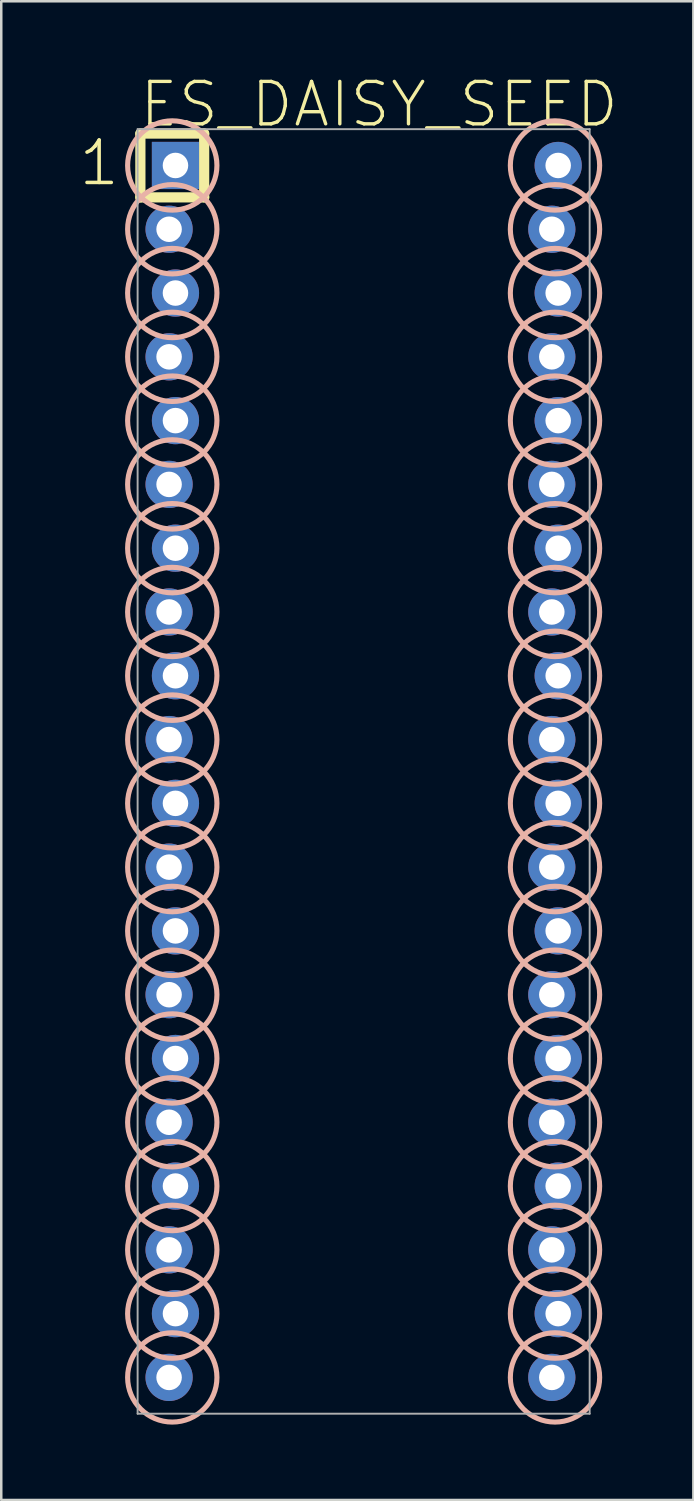
<source format=kicad_pcb>
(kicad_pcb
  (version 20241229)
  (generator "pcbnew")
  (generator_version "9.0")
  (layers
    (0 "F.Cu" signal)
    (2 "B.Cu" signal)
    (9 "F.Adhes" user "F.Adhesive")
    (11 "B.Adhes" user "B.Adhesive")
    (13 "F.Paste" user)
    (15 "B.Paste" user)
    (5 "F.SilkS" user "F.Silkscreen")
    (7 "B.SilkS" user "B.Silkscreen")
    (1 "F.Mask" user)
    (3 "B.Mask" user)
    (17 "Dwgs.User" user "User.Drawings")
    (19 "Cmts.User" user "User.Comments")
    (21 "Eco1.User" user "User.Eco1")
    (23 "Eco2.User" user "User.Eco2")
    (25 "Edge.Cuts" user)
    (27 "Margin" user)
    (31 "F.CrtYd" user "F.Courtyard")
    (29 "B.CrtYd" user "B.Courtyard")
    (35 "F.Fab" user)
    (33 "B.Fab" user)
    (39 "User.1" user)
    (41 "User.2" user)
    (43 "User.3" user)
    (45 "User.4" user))
  (footprint "ES_DAISY_SEED"
    (layer "F.Cu")
    (at 11.43 27.669)
    (property "Reference" "ES_DAISY_SEED" (at -9 -25.575 0) (layer "F.SilkS") (effects (font (size 1.689 1.689) (thickness 0.135)) (justify left bottom)))
    (attr through_hole)
    (fp_line (start -8.89 -25.4) (end -6.35 -25.4) (stroke (width 0.406) (type solid)) (layer "F.SilkS"))
    (fp_line (start -8.89 -22.86) (end -8.89 -25.4) (stroke (width 0.406) (type solid)) (layer "F.SilkS"))
    (fp_line (start -6.35 -25.4) (end -6.35 -22.86) (stroke (width 0.406) (type solid)) (layer "F.SilkS"))
    (fp_line (start -6.35 -22.86) (end -8.89 -22.86) (stroke (width 0.406) (type solid)) (layer "F.SilkS"))
    (fp_circle (center -7.62 -24.13) (end -5.842 -24.13) (stroke (width 0.203) (type solid)) (fill no) (layer "B.SilkS"))
    (fp_circle (center -7.62 -21.59) (end -5.842 -21.59) (stroke (width 0.203) (type solid)) (fill no) (layer "B.SilkS"))
    (fp_circle (center -7.62 -19.05) (end -5.842 -19.05) (stroke (width 0.203) (type solid)) (fill no) (layer "B.SilkS"))
    (fp_circle (center -7.62 -16.51) (end -5.842 -16.51) (stroke (width 0.203) (type solid)) (fill no) (layer "B.SilkS"))
    (fp_circle (center -7.62 -13.97) (end -5.842 -13.97) (stroke (width 0.203) (type solid)) (fill no) (layer "B.SilkS"))
    (fp_circle (center -7.62 -11.43) (end -5.842 -11.43) (stroke (width 0.203) (type solid)) (fill no) (layer "B.SilkS"))
    (fp_circle (center -7.62 -8.89) (end -5.842 -8.89) (stroke (width 0.203) (type solid)) (fill no) (layer "B.SilkS"))
    (fp_circle (center -7.62 -6.35) (end -5.842 -6.35) (stroke (width 0.203) (type solid)) (fill no) (layer "B.SilkS"))
    (fp_circle (center -7.62 -3.81) (end -5.842 -3.81) (stroke (width 0.203) (type solid)) (fill no) (layer "B.SilkS"))
    (fp_circle (center -7.62 -1.27) (end -5.842 -1.27) (stroke (width 0.203) (type solid)) (fill no) (layer "B.SilkS"))
    (fp_circle (center -7.62 1.27) (end -5.842 1.27) (stroke (width 0.203) (type solid)) (fill no) (layer "B.SilkS"))
    (fp_circle (center -7.62 3.81) (end -5.842 3.81) (stroke (width 0.203) (type solid)) (fill no) (layer "B.SilkS"))
    (fp_circle (center -7.62 6.35) (end -5.842 6.35) (stroke (width 0.203) (type solid)) (fill no) (layer "B.SilkS"))
    (fp_circle (center -7.62 8.89) (end -5.842 8.89) (stroke (width 0.203) (type solid)) (fill no) (layer "B.SilkS"))
    (fp_circle (center -7.62 11.43) (end -5.842 11.43) (stroke (width 0.203) (type solid)) (fill no) (layer "B.SilkS"))
    (fp_circle (center -7.62 13.97) (end -5.842 13.97) (stroke (width 0.203) (type solid)) (fill no) (layer "B.SilkS"))
    (fp_circle (center -7.62 16.51) (end -5.842 16.51) (stroke (width 0.203) (type solid)) (fill no) (layer "B.SilkS"))
    (fp_circle (center -7.62 19.05) (end -5.842 19.05) (stroke (width 0.203) (type solid)) (fill no) (layer "B.SilkS"))
    (fp_circle (center -7.62 21.59) (end -5.842 21.59) (stroke (width 0.203) (type solid)) (fill no) (layer "B.SilkS"))
    (fp_circle (center -7.62 24.13) (end -5.842 24.13) (stroke (width 0.203) (type solid)) (fill no) (layer "B.SilkS"))
    (fp_circle (center 7.62 -24.13) (end 9.398 -24.13) (stroke (width 0.203) (type solid)) (fill no) (layer "B.SilkS"))
    (fp_circle (center 7.62 -21.59) (end 9.398 -21.59) (stroke (width 0.203) (type solid)) (fill no) (layer "B.SilkS"))
    (fp_circle (center 7.62 -19.05) (end 9.398 -19.05) (stroke (width 0.203) (type solid)) (fill no) (layer "B.SilkS"))
    (fp_circle (center 7.62 -16.51) (end 9.398 -16.51) (stroke (width 0.203) (type solid)) (fill no) (layer "B.SilkS"))
    (fp_circle (center 7.62 -13.97) (end 9.398 -13.97) (stroke (width 0.203) (type solid)) (fill no) (layer "B.SilkS"))
    (fp_circle (center 7.62 -11.43) (end 9.398 -11.43) (stroke (width 0.203) (type solid)) (fill no) (layer "B.SilkS"))
    (fp_circle (center 7.62 -8.89) (end 9.398 -8.89) (stroke (width 0.203) (type solid)) (fill no) (layer "B.SilkS"))
    (fp_circle (center 7.62 -6.35) (end 9.398 -6.35) (stroke (width 0.203) (type solid)) (fill no) (layer "B.SilkS"))
    (fp_circle (center 7.62 -3.81) (end 9.398 -3.81) (stroke (width 0.203) (type solid)) (fill no) (layer "B.SilkS"))
    (fp_circle (center 7.62 -1.27) (end 9.398 -1.27) (stroke (width 0.203) (type solid)) (fill no) (layer "B.SilkS"))
    (fp_circle (center 7.62 1.27) (end 9.398 1.27) (stroke (width 0.203) (type solid)) (fill no) (layer "B.SilkS"))
    (fp_circle (center 7.62 3.81) (end 9.398 3.81) (stroke (width 0.203) (type solid)) (fill no) (layer "B.SilkS"))
    (fp_circle (center 7.62 6.35) (end 9.398 6.35) (stroke (width 0.203) (type solid)) (fill no) (layer "B.SilkS"))
    (fp_circle (center 7.62 8.89) (end 9.398 8.89) (stroke (width 0.203) (type solid)) (fill no) (layer "B.SilkS"))
    (fp_circle (center 7.62 11.43) (end 9.398 11.43) (stroke (width 0.203) (type solid)) (fill no) (layer "B.SilkS"))
    (fp_circle (center 7.62 13.97) (end 9.398 13.97) (stroke (width 0.203) (type solid)) (fill no) (layer "B.SilkS"))
    (fp_circle (center 7.62 16.51) (end 9.398 16.51) (stroke (width 0.203) (type solid)) (fill no) (layer "B.SilkS"))
    (fp_circle (center 7.62 19.05) (end 9.398 19.05) (stroke (width 0.203) (type solid)) (fill no) (layer "B.SilkS"))
    (fp_circle (center 7.62 21.59) (end 9.398 21.59) (stroke (width 0.203) (type solid)) (fill no) (layer "B.SilkS"))
    (fp_circle (center 7.62 24.13) (end 9.398 24.13) (stroke (width 0.203) (type solid)) (fill no) (layer "B.SilkS"))
    (fp_line (start -9 -25.575) (end 9 -25.575) (stroke (width 0.076) (type solid)) (layer "F.Fab"))
    (fp_line (start -9 25.575) (end -9 -25.575) (stroke (width 0.076) (type solid)) (layer "F.Fab"))
    (fp_line (start 9 -25.575) (end 9 25.575) (stroke (width 0.076) (type solid)) (layer "F.Fab"))
    (fp_line (start 9 25.575) (end -9 25.575) (stroke (width 0.076) (type solid)) (layer "F.Fab"))
    (fp_poly (pts (xy -7.874 -24.384) (xy -7.874 -23.876) (xy -7.366 -23.876) (xy -7.366 -24.384)) (stroke (width 0.1) (type solid)) (fill no) (layer "F.Fab"))
    (fp_poly (pts (xy -7.874 -21.844) (xy -7.874 -21.336) (xy -7.366 -21.336) (xy -7.366 -21.844)) (stroke (width 0.1) (type solid)) (fill no) (layer "F.Fab"))
    (fp_poly (pts (xy -7.874 -19.304) (xy -7.874 -18.796) (xy -7.366 -18.796) (xy -7.366 -19.304)) (stroke (width 0.1) (type solid)) (fill no) (layer "F.Fab"))
    (fp_poly (pts (xy -7.874 -16.764) (xy -7.874 -16.256) (xy -7.366 -16.256) (xy -7.366 -16.764)) (stroke (width 0.1) (type solid)) (fill no) (layer "F.Fab"))
    (fp_poly (pts (xy -7.874 -14.224) (xy -7.874 -13.716) (xy -7.366 -13.716) (xy -7.366 -14.224)) (stroke (width 0.1) (type solid)) (fill no) (layer "F.Fab"))
    (fp_poly (pts (xy -7.874 -11.684) (xy -7.874 -11.176) (xy -7.366 -11.176) (xy -7.366 -11.684)) (stroke (width 0.1) (type solid)) (fill no) (layer "F.Fab"))
    (fp_poly (pts (xy -7.874 -9.144) (xy -7.874 -8.636) (xy -7.366 -8.636) (xy -7.366 -9.144)) (stroke (width 0.1) (type solid)) (fill no) (layer "F.Fab"))
    (fp_poly (pts (xy -7.874 -6.604) (xy -7.874 -6.096) (xy -7.366 -6.096) (xy -7.366 -6.604)) (stroke (width 0.1) (type solid)) (fill no) (layer "F.Fab"))
    (fp_poly (pts (xy -7.874 -4.064) (xy -7.874 -3.556) (xy -7.366 -3.556) (xy -7.366 -4.064)) (stroke (width 0.1) (type solid)) (fill no) (layer "F.Fab"))
    (fp_poly (pts (xy -7.874 -1.524) (xy -7.874 -1.016) (xy -7.366 -1.016) (xy -7.366 -1.524)) (stroke (width 0.1) (type solid)) (fill no) (layer "F.Fab"))
    (fp_poly (pts (xy -7.874 1.016) (xy -7.874 1.524) (xy -7.366 1.524) (xy -7.366 1.016)) (stroke (width 0.1) (type solid)) (fill no) (layer "F.Fab"))
    (fp_poly (pts (xy -7.874 3.556) (xy -7.874 4.064) (xy -7.366 4.064) (xy -7.366 3.556)) (stroke (width 0.1) (type solid)) (fill no) (layer "F.Fab"))
    (fp_poly (pts (xy -7.874 6.096) (xy -7.874 6.604) (xy -7.366 6.604) (xy -7.366 6.096)) (stroke (width 0.1) (type solid)) (fill no) (layer "F.Fab"))
    (fp_poly (pts (xy -7.874 8.636) (xy -7.874 9.144) (xy -7.366 9.144) (xy -7.366 8.636)) (stroke (width 0.1) (type solid)) (fill no) (layer "F.Fab"))
    (fp_poly (pts (xy -7.874 11.176) (xy -7.874 11.684) (xy -7.366 11.684) (xy -7.366 11.176)) (stroke (width 0.1) (type solid)) (fill no) (layer "F.Fab"))
    (fp_poly (pts (xy -7.874 13.716) (xy -7.874 14.224) (xy -7.366 14.224) (xy -7.366 13.716)) (stroke (width 0.1) (type solid)) (fill no) (layer "F.Fab"))
    (fp_poly (pts (xy -7.874 16.256) (xy -7.874 16.764) (xy -7.366 16.764) (xy -7.366 16.256)) (stroke (width 0.1) (type solid)) (fill no) (layer "F.Fab"))
    (fp_poly (pts (xy -7.874 18.796) (xy -7.874 19.304) (xy -7.366 19.304) (xy -7.366 18.796)) (stroke (width 0.1) (type solid)) (fill no) (layer "F.Fab"))
    (fp_poly (pts (xy -7.874 21.336) (xy -7.874 21.844) (xy -7.366 21.844) (xy -7.366 21.336)) (stroke (width 0.1) (type solid)) (fill no) (layer "F.Fab"))
    (fp_poly (pts (xy -7.874 23.876) (xy -7.874 24.384) (xy -7.366 24.384) (xy -7.366 23.876)) (stroke (width 0.1) (type solid)) (fill no) (layer "F.Fab"))
    (fp_poly (pts (xy 7.874 -23.876) (xy 7.874 -24.384) (xy 7.366 -24.384) (xy 7.366 -23.876)) (stroke (width 0.1) (type solid)) (fill no) (layer "F.Fab"))
    (fp_poly (pts (xy 7.874 -21.336) (xy 7.874 -21.844) (xy 7.366 -21.844) (xy 7.366 -21.336)) (stroke (width 0.1) (type solid)) (fill no) (layer "F.Fab"))
    (fp_poly (pts (xy 7.874 -18.796) (xy 7.874 -19.304) (xy 7.366 -19.304) (xy 7.366 -18.796)) (stroke (width 0.1) (type solid)) (fill no) (layer "F.Fab"))
    (fp_poly (pts (xy 7.874 -16.256) (xy 7.874 -16.764) (xy 7.366 -16.764) (xy 7.366 -16.256)) (stroke (width 0.1) (type solid)) (fill no) (layer "F.Fab"))
    (fp_poly (pts (xy 7.874 -13.716) (xy 7.874 -14.224) (xy 7.366 -14.224) (xy 7.366 -13.716)) (stroke (width 0.1) (type solid)) (fill no) (layer "F.Fab"))
    (fp_poly (pts (xy 7.874 -11.176) (xy 7.874 -11.684) (xy 7.366 -11.684) (xy 7.366 -11.176)) (stroke (width 0.1) (type solid)) (fill no) (layer "F.Fab"))
    (fp_poly (pts (xy 7.874 -8.636) (xy 7.874 -9.144) (xy 7.366 -9.144) (xy 7.366 -8.636)) (stroke (width 0.1) (type solid)) (fill no) (layer "F.Fab"))
    (fp_poly (pts (xy 7.874 -6.096) (xy 7.874 -6.604) (xy 7.366 -6.604) (xy 7.366 -6.096)) (stroke (width 0.1) (type solid)) (fill no) (layer "F.Fab"))
    (fp_poly (pts (xy 7.874 -3.556) (xy 7.874 -4.064) (xy 7.366 -4.064) (xy 7.366 -3.556)) (stroke (width 0.1) (type solid)) (fill no) (layer "F.Fab"))
    (fp_poly (pts (xy 7.874 -1.016) (xy 7.874 -1.524) (xy 7.366 -1.524) (xy 7.366 -1.016)) (stroke (width 0.1) (type solid)) (fill no) (layer "F.Fab"))
    (fp_poly (pts (xy 7.874 1.524) (xy 7.874 1.016) (xy 7.366 1.016) (xy 7.366 1.524)) (stroke (width 0.1) (type solid)) (fill no) (layer "F.Fab"))
    (fp_poly (pts (xy 7.874 4.064) (xy 7.874 3.556) (xy 7.366 3.556) (xy 7.366 4.064)) (stroke (width 0.1) (type solid)) (fill no) (layer "F.Fab"))
    (fp_poly (pts (xy 7.874 6.604) (xy 7.874 6.096) (xy 7.366 6.096) (xy 7.366 6.604)) (stroke (width 0.1) (type solid)) (fill no) (layer "F.Fab"))
    (fp_poly (pts (xy 7.874 9.144) (xy 7.874 8.636) (xy 7.366 8.636) (xy 7.366 9.144)) (stroke (width 0.1) (type solid)) (fill no) (layer "F.Fab"))
    (fp_poly (pts (xy 7.874 11.684) (xy 7.874 11.176) (xy 7.366 11.176) (xy 7.366 11.684)) (stroke (width 0.1) (type solid)) (fill no) (layer "F.Fab"))
    (fp_poly (pts (xy 7.874 14.224) (xy 7.874 13.716) (xy 7.366 13.716) (xy 7.366 14.224)) (stroke (width 0.1) (type solid)) (fill no) (layer "F.Fab"))
    (fp_poly (pts (xy 7.874 16.764) (xy 7.874 16.256) (xy 7.366 16.256) (xy 7.366 16.764)) (stroke (width 0.1) (type solid)) (fill no) (layer "F.Fab"))
    (fp_poly (pts (xy 7.874 19.304) (xy 7.874 18.796) (xy 7.366 18.796) (xy 7.366 19.304)) (stroke (width 0.1) (type solid)) (fill no) (layer "F.Fab"))
    (fp_poly (pts (xy 7.874 21.844) (xy 7.874 21.336) (xy 7.366 21.336) (xy 7.366 21.844)) (stroke (width 0.1) (type solid)) (fill no) (layer "F.Fab"))
    (fp_poly (pts (xy 7.874 24.384) (xy 7.874 23.876) (xy 7.366 23.876) (xy 7.366 24.384)) (stroke (width 0.1) (type solid)) (fill no) (layer "F.Fab"))
    (fp_text user "1" (at -11.43 -23.241 0) (layer "F.SilkS") (effects (font (size 1.689 1.689) (thickness 0.142)) (justify left bottom)))
    (pad "1" thru_hole rect (at -7.493 -24.13) (size 1.88 1.88) (drill 1.016) (layers "*.Cu" "*.Mask"))
    (pad "2" thru_hole circle (at -7.747 -21.59) (size 1.88 1.88) (drill 1.016) (layers "*.Cu" "*.Mask"))
    (pad "3" thru_hole circle (at -7.493 -19.05) (size 1.88 1.88) (drill 1.016) (layers "*.Cu" "*.Mask"))
    (pad "4" thru_hole circle (at -7.747 -16.51) (size 1.88 1.88) (drill 1.016) (layers "*.Cu" "*.Mask"))
    (pad "5" thru_hole circle (at -7.493 -13.97) (size 1.88 1.88) (drill 1.016) (layers "*.Cu" "*.Mask"))
    (pad "6" thru_hole circle (at -7.747 -11.43) (size 1.88 1.88) (drill 1.016) (layers "*.Cu" "*.Mask"))
    (pad "7" thru_hole circle (at -7.493 -8.89) (size 1.88 1.88) (drill 1.016) (layers "*.Cu" "*.Mask"))
    (pad "8" thru_hole circle (at -7.747 -6.35) (size 1.88 1.88) (drill 1.016) (layers "*.Cu" "*.Mask"))
    (pad "9" thru_hole circle (at -7.493 -3.81) (size 1.88 1.88) (drill 1.016) (layers "*.Cu" "*.Mask"))
    (pad "10" thru_hole circle (at -7.747 -1.27) (size 1.88 1.88) (drill 1.016) (layers "*.Cu" "*.Mask"))
    (pad "11" thru_hole circle (at -7.493 1.27) (size 1.88 1.88) (drill 1.016) (layers "*.Cu" "*.Mask"))
    (pad "12" thru_hole circle (at -7.747 3.81) (size 1.88 1.88) (drill 1.016) (layers "*.Cu" "*.Mask"))
    (pad "13" thru_hole circle (at -7.493 6.35) (size 1.88 1.88) (drill 1.016) (layers "*.Cu" "*.Mask"))
    (pad "14" thru_hole circle (at -7.747 8.89) (size 1.88 1.88) (drill 1.016) (layers "*.Cu" "*.Mask"))
    (pad "15" thru_hole circle (at -7.493 11.43) (size 1.88 1.88) (drill 1.016) (layers "*.Cu" "*.Mask"))
    (pad "16" thru_hole circle (at -7.747 13.97) (size 1.88 1.88) (drill 1.016) (layers "*.Cu" "*.Mask"))
    (pad "17" thru_hole circle (at -7.493 16.51) (size 1.88 1.88) (drill 1.016) (layers "*.Cu" "*.Mask"))
    (pad "18" thru_hole circle (at -7.747 19.05) (size 1.88 1.88) (drill 1.016) (layers "*.Cu" "*.Mask"))
    (pad "19" thru_hole circle (at -7.493 21.59) (size 1.88 1.88) (drill 1.016) (layers "*.Cu" "*.Mask"))
    (pad "20" thru_hole circle (at -7.747 24.13) (size 1.88 1.88) (drill 1.016) (layers "*.Cu" "*.Mask"))
    (pad "21" thru_hole circle (at 7.493 24.13 180) (size 1.88 1.88) (drill 1.016) (layers "*.Cu" "*.Mask"))
    (pad "22" thru_hole circle (at 7.747 21.59 180) (size 1.88 1.88) (drill 1.016) (layers "*.Cu" "*.Mask"))
    (pad "23" thru_hole circle (at 7.493 19.05 180) (size 1.88 1.88) (drill 1.016) (layers "*.Cu" "*.Mask"))
    (pad "24" thru_hole circle (at 7.747 16.51 180) (size 1.88 1.88) (drill 1.016) (layers "*.Cu" "*.Mask"))
    (pad "25" thru_hole circle (at 7.493 13.97 180) (size 1.88 1.88) (drill 1.016) (layers "*.Cu" "*.Mask"))
    (pad "26" thru_hole circle (at 7.747 11.43 180) (size 1.88 1.88) (drill 1.016) (layers "*.Cu" "*.Mask"))
    (pad "27" thru_hole circle (at 7.493 8.89 180) (size 1.88 1.88) (drill 1.016) (layers "*.Cu" "*.Mask"))
    (pad "28" thru_hole circle (at 7.747 6.35 180) (size 1.88 1.88) (drill 1.016) (layers "*.Cu" "*.Mask"))
    (pad "29" thru_hole circle (at 7.493 3.81 180) (size 1.88 1.88) (drill 1.016) (layers "*.Cu" "*.Mask"))
    (pad "30" thru_hole circle (at 7.747 1.27 180) (size 1.88 1.88) (drill 1.016) (layers "*.Cu" "*.Mask"))
    (pad "31" thru_hole circle (at 7.493 -1.27 180) (size 1.88 1.88) (drill 1.016) (layers "*.Cu" "*.Mask"))
    (pad "32" thru_hole circle (at 7.747 -3.81 180) (size 1.88 1.88) (drill 1.016) (layers "*.Cu" "*.Mask"))
    (pad "33" thru_hole circle (at 7.493 -6.35 180) (size 1.88 1.88) (drill 1.016) (layers "*.Cu" "*.Mask"))
    (pad "34" thru_hole circle (at 7.747 -8.89 180) (size 1.88 1.88) (drill 1.016) (layers "*.Cu" "*.Mask"))
    (pad "35" thru_hole circle (at 7.493 -11.43 180) (size 1.88 1.88) (drill 1.016) (layers "*.Cu" "*.Mask"))
    (pad "36" thru_hole circle (at 7.747 -13.97 180) (size 1.88 1.88) (drill 1.016) (layers "*.Cu" "*.Mask"))
    (pad "37" thru_hole circle (at 7.493 -16.51 180) (size 1.88 1.88) (drill 1.016) (layers "*.Cu" "*.Mask"))
    (pad "38" thru_hole circle (at 7.747 -19.05 180) (size 1.88 1.88) (drill 1.016) (layers "*.Cu" "*.Mask"))
    (pad "39" thru_hole circle (at 7.493 -21.59 180) (size 1.88 1.88) (drill 1.016) (layers "*.Cu" "*.Mask"))
    (pad "40" thru_hole circle (at 7.747 -24.13 180) (size 1.88 1.88) (drill 1.016) (layers "*.Cu" "*.Mask")))
  (gr_rect
    (start -3 -3)
    (end 24.56 56.679)
    (stroke (width 0.1) (type default))
    (fill no)
    (layer "Edge.Cuts")))
</source>
